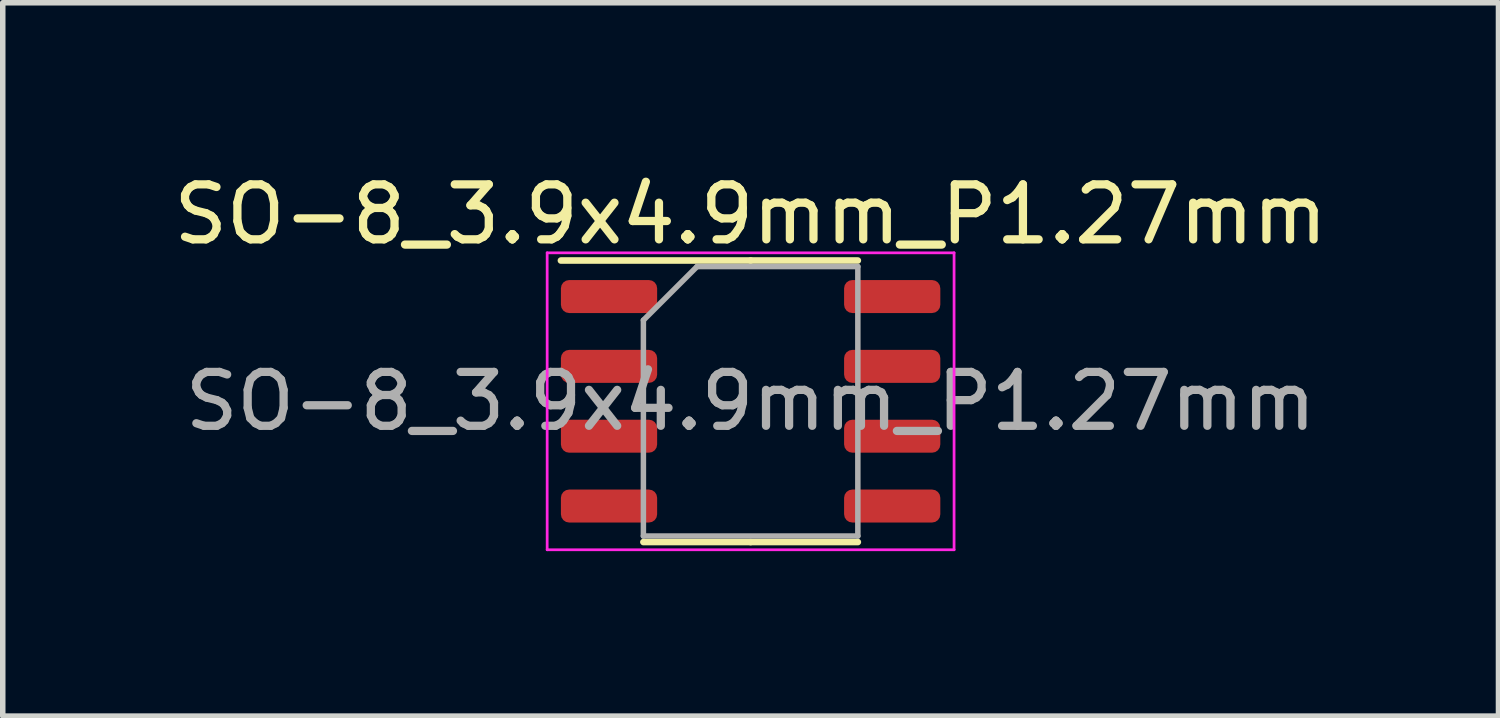
<source format=kicad_pcb>
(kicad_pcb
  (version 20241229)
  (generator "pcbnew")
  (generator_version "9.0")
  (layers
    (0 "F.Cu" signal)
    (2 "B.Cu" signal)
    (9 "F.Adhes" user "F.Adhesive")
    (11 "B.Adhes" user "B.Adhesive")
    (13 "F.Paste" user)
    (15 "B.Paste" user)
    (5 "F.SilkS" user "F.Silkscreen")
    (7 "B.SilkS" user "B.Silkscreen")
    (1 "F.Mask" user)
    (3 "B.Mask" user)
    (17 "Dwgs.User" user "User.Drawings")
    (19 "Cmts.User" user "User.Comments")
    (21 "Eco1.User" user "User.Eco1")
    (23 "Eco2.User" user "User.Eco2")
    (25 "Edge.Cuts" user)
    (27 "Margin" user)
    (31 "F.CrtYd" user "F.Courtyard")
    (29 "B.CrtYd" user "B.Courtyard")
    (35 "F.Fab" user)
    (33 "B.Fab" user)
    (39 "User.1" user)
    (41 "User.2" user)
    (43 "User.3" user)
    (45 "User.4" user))
  (footprint "SO-8_3.9x4.9mm_P1.27mm"
    (layer "F.Cu")
    (at 10.601 4.248)
    (property "Reference" "SO-8_3.9x4.9mm_P1.27mm" (at 0 -3.4 0) (layer "F.SilkS") (effects (font (size 1 1) (thickness 0.15))))
    (attr smd)
    (fp_line (start 0 -2.56) (end -3.45 -2.56) (stroke (width 0.12) (type solid)) (layer "F.SilkS"))
    (fp_line (start 0 -2.56) (end 1.95 -2.56) (stroke (width 0.12) (type solid)) (layer "F.SilkS"))
    (fp_line (start 0 2.56) (end -1.95 2.56) (stroke (width 0.12) (type solid)) (layer "F.SilkS"))
    (fp_line (start 0 2.56) (end 1.95 2.56) (stroke (width 0.12) (type solid)) (layer "F.SilkS"))
    (fp_line (start -3.7 -2.7) (end -3.7 2.7) (stroke (width 0.05) (type solid)) (layer "F.CrtYd"))
    (fp_line (start -3.7 2.7) (end 3.7 2.7) (stroke (width 0.05) (type solid)) (layer "F.CrtYd"))
    (fp_line (start 3.7 -2.7) (end -3.7 -2.7) (stroke (width 0.05) (type solid)) (layer "F.CrtYd"))
    (fp_line (start 3.7 2.7) (end 3.7 -2.7) (stroke (width 0.05) (type solid)) (layer "F.CrtYd"))
    (fp_line (start -1.95 -1.475) (end -0.975 -2.45) (stroke (width 0.1) (type solid)) (layer "F.Fab"))
    (fp_line (start -1.95 2.45) (end -1.95 -1.475) (stroke (width 0.1) (type solid)) (layer "F.Fab"))
    (fp_line (start -0.975 -2.45) (end 1.95 -2.45) (stroke (width 0.1) (type solid)) (layer "F.Fab"))
    (fp_line (start 1.95 -2.45) (end 1.95 2.45) (stroke (width 0.1) (type solid)) (layer "F.Fab"))
    (fp_line (start 1.95 2.45) (end -1.95 2.45) (stroke (width 0.1) (type solid)) (layer "F.Fab"))
    (fp_text user "${REFERENCE}" (at 0 0 0) (layer "F.Fab") (effects (font (size 0.98 0.98) (thickness 0.15))))
    (pad "1" smd roundrect (at -2.575 -1.905) (size 1.75 0.6) (layers "F.Cu" "F.Mask" "F.Paste") (roundrect_rratio 0.25))
    (pad "2" smd roundrect (at -2.575 -0.635) (size 1.75 0.6) (layers "F.Cu" "F.Mask" "F.Paste") (roundrect_rratio 0.25))
    (pad "3" smd roundrect (at -2.575 0.635) (size 1.75 0.6) (layers "F.Cu" "F.Mask" "F.Paste") (roundrect_rratio 0.25))
    (pad "4" smd roundrect (at -2.575 1.905) (size 1.75 0.6) (layers "F.Cu" "F.Mask" "F.Paste") (roundrect_rratio 0.25))
    (pad "5" smd roundrect (at 2.575 1.905) (size 1.75 0.6) (layers "F.Cu" "F.Mask" "F.Paste") (roundrect_rratio 0.25))
    (pad "6" smd roundrect (at 2.575 0.635) (size 1.75 0.6) (layers "F.Cu" "F.Mask" "F.Paste") (roundrect_rratio 0.25))
    (pad "7" smd roundrect (at 2.575 -0.635) (size 1.75 0.6) (layers "F.Cu" "F.Mask" "F.Paste") (roundrect_rratio 0.25))
    (pad "8" smd roundrect (at 2.575 -1.905) (size 1.75 0.6) (layers "F.Cu" "F.Mask" "F.Paste") (roundrect_rratio 0.25)))
  (gr_rect
    (start -3 -3)
    (end 24.202 9.973)
    (stroke (width 0.1) (type default))
    (fill no)
    (layer "Edge.Cuts")))
</source>
